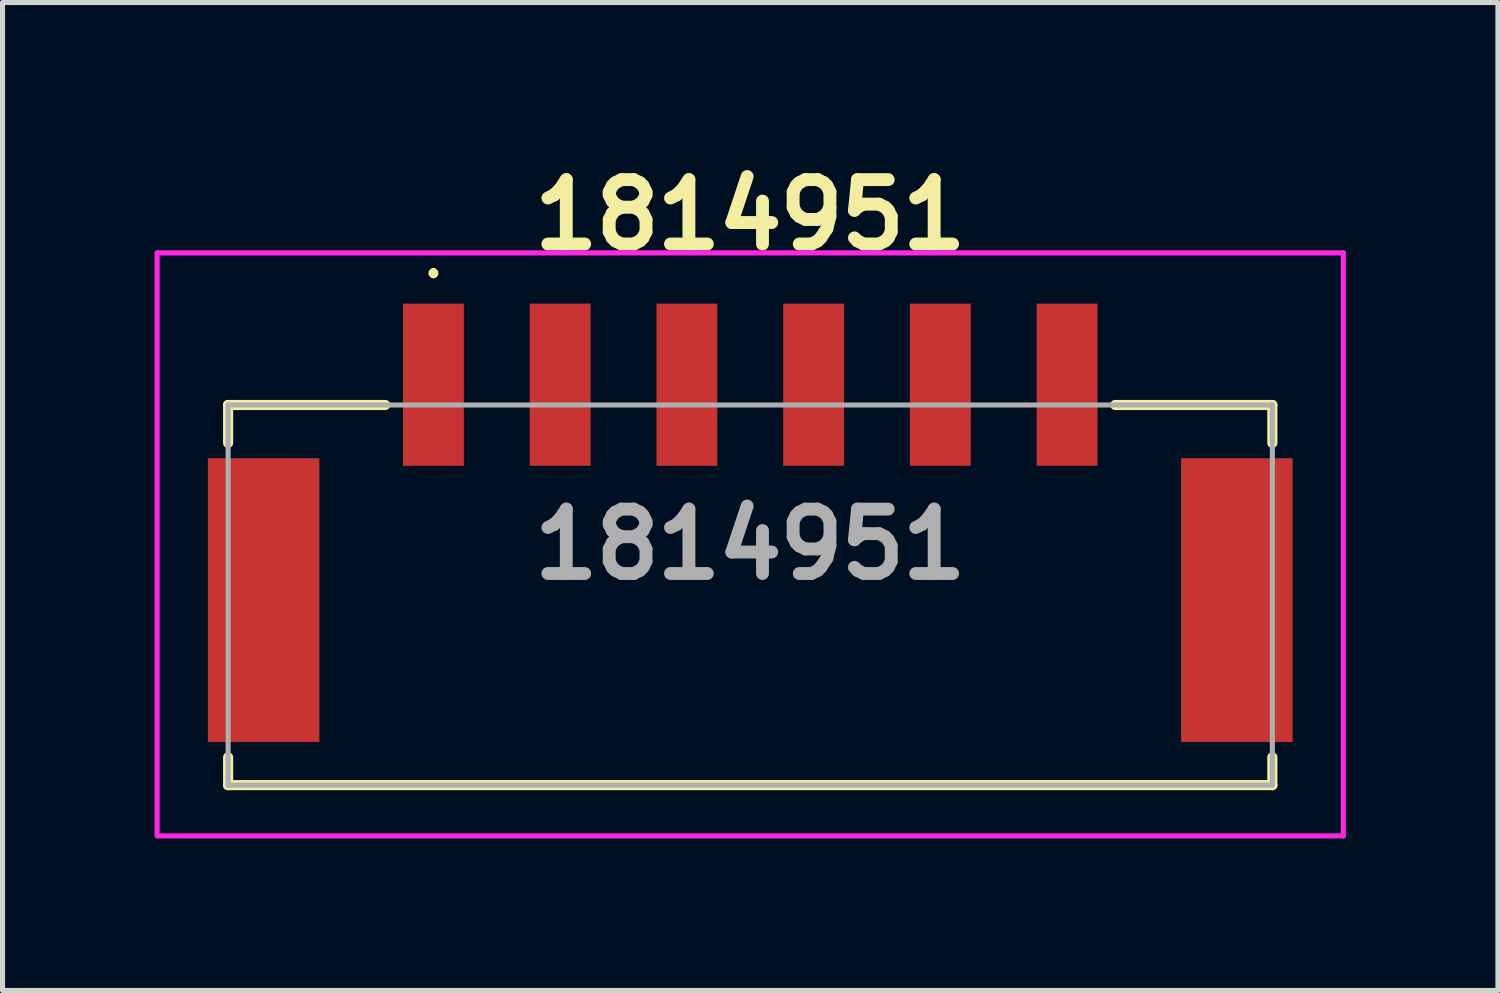
<source format=kicad_pcb>
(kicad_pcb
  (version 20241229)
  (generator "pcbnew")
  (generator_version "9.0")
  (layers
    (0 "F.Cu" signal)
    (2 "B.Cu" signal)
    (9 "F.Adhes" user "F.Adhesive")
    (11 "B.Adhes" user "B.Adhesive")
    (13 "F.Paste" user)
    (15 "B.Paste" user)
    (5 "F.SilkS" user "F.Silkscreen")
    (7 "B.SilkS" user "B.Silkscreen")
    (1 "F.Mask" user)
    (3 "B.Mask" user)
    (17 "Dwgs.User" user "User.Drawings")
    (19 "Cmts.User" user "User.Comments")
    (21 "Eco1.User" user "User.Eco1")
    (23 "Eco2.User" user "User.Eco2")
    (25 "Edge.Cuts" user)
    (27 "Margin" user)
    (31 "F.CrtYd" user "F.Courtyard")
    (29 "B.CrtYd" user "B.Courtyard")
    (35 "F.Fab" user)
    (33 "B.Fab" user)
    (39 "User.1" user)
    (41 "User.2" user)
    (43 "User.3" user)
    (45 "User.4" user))
  (footprint "1814951"
    (layer "F.Cu")
    (at 11.75 7.689)
    (property "Reference" "1814951" (at 0 -6.5 0) (layer "F.SilkS") (effects (font (size 1.27 1.27) (thickness 0.254))))
    (attr smd)
    (fp_line (start -10.3 -2.75) (end -10.3 -2) (stroke (width 0.2) (type solid)) (layer "F.SilkS"))
    (fp_line (start -10.3 4.2) (end -10.3 4.75) (stroke (width 0.2) (type solid)) (layer "F.SilkS"))
    (fp_line (start -10.3 4.75) (end 10.3 4.75) (stroke (width 0.2) (type solid)) (layer "F.SilkS"))
    (fp_line (start -7.2 -2.75) (end -10.3 -2.75) (stroke (width 0.2) (type solid)) (layer "F.SilkS"))
    (fp_line (start -6.25 -5.4) (end -6.25 -5.4) (stroke (width 0.1) (type solid)) (layer "F.SilkS"))
    (fp_line (start -6.25 -5.3) (end -6.25 -5.3) (stroke (width 0.1) (type solid)) (layer "F.SilkS"))
    (fp_line (start 10.3 -2.75) (end 7.2 -2.75) (stroke (width 0.2) (type solid)) (layer "F.SilkS"))
    (fp_line (start 10.3 -2) (end 10.3 -2.75) (stroke (width 0.2) (type solid)) (layer "F.SilkS"))
    (fp_line (start 10.3 4.75) (end 10.3 4.2) (stroke (width 0.2) (type solid)) (layer "F.SilkS"))
    (fp_arc (start -6.25 -5.4) (mid -6.2 -5.35) (end -6.25 -5.3) (stroke (width 0.1) (type solid)) (layer "F.SilkS"))
    (fp_arc (start -6.25 -5.3) (mid -6.3 -5.35) (end -6.25 -5.4) (stroke (width 0.1) (type solid)) (layer "F.SilkS"))
    (fp_line (start -11.7 -5.75) (end 11.7 -5.75) (stroke (width 0.1) (type solid)) (layer "F.CrtYd"))
    (fp_line (start -11.7 5.75) (end -11.7 -5.75) (stroke (width 0.1) (type solid)) (layer "F.CrtYd"))
    (fp_line (start 11.7 -5.75) (end 11.7 5.75) (stroke (width 0.1) (type solid)) (layer "F.CrtYd"))
    (fp_line (start 11.7 5.75) (end -11.7 5.75) (stroke (width 0.1) (type solid)) (layer "F.CrtYd"))
    (fp_line (start -10.3 -2.75) (end -10.3 4.75) (stroke (width 0.1) (type solid)) (layer "F.Fab"))
    (fp_line (start -10.3 4.75) (end 10.3 4.75) (stroke (width 0.1) (type solid)) (layer "F.Fab"))
    (fp_line (start 10.3 -2.75) (end -10.3 -2.75) (stroke (width 0.1) (type solid)) (layer "F.Fab"))
    (fp_line (start 10.3 4.75) (end 10.3 -2.75) (stroke (width 0.1) (type solid)) (layer "F.Fab"))
    (fp_text user "${REFERENCE}" (at 0 0 0) (layer "F.Fab") (effects (font (size 1.27 1.27) (thickness 0.254))))
    (pad "1" smd rect (at -6.25 -3.15) (size 1.2 3.2) (layers "F.Cu" "F.Mask" "F.Paste"))
    (pad "2" smd rect (at -3.75 -3.15) (size 1.2 3.2) (layers "F.Cu" "F.Mask" "F.Paste"))
    (pad "3" smd rect (at -1.25 -3.15) (size 1.2 3.2) (layers "F.Cu" "F.Mask" "F.Paste"))
    (pad "4" smd rect (at 1.25 -3.15) (size 1.2 3.2) (layers "F.Cu" "F.Mask" "F.Paste"))
    (pad "5" smd rect (at 3.75 -3.15) (size 1.2 3.2) (layers "F.Cu" "F.Mask" "F.Paste"))
    (pad "6" smd rect (at 6.25 -3.15) (size 1.2 3.2) (layers "F.Cu" "F.Mask" "F.Paste"))
    (pad "7" smd rect (at -9.6 1.1) (size 2.2 5.6) (layers "F.Cu" "F.Mask" "F.Paste"))
    (pad "8" smd rect (at 9.6 1.1) (size 2.2 5.6) (layers "F.Cu" "F.Mask" "F.Paste")))
  (gr_rect
    (start -3 -3)
    (end 26.5 16.489)
    (stroke (width 0.1) (type default))
    (fill no)
    (layer "Edge.Cuts")))
</source>
